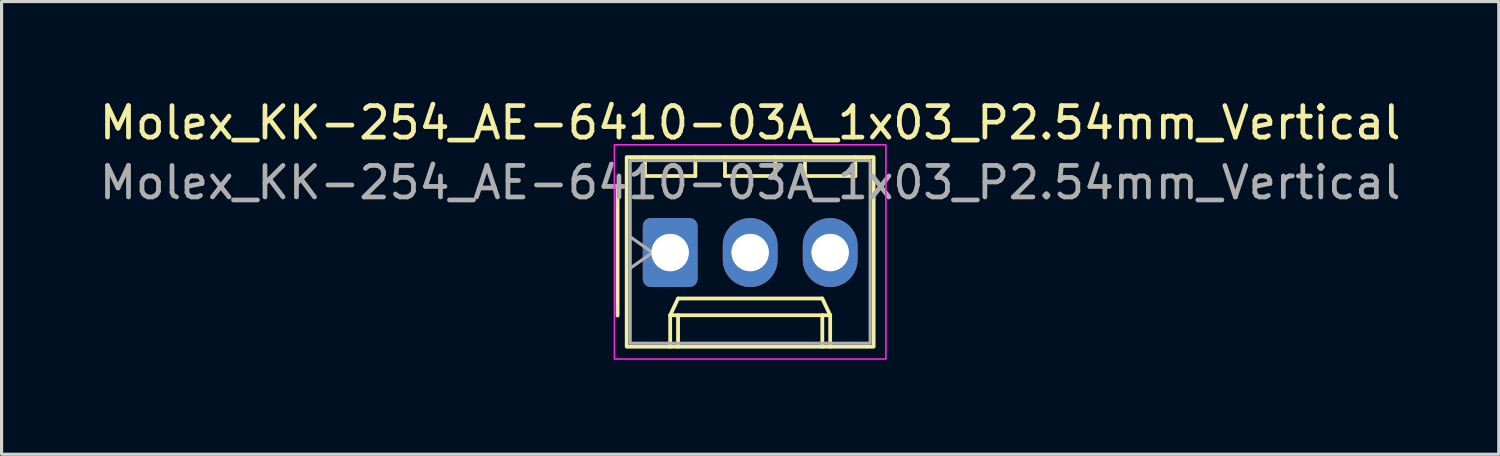
<source format=kicad_pcb>
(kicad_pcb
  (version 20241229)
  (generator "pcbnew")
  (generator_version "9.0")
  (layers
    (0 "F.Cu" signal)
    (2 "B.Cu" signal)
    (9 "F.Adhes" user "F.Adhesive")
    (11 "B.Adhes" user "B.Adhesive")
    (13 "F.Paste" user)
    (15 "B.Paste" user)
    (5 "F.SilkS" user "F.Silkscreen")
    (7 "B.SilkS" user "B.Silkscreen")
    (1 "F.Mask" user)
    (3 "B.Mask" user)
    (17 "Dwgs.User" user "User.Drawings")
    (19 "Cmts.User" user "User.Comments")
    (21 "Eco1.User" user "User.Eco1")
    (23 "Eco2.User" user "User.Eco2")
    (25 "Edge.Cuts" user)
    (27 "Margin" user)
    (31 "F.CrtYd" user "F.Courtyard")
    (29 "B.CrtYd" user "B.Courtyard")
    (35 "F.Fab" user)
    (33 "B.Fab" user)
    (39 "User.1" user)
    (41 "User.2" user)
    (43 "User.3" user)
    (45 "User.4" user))
  (footprint "Molex_KK-254_AE-6410-03A_1x03_P2.54mm_Vertical"
    (layer "F.Cu")
    (at 18.228 4.968)
    (property "Reference" "Molex_KK-254_AE-6410-03A_1x03_P2.54mm_Vertical" (at 2.54 -4.12 0) (layer "F.SilkS") (effects (font (size 1 1) (thickness 0.15))))
    (attr through_hole)
    (fp_line (start -1.67 -2) (end -1.67 2) (stroke (width 0.12) (type solid)) (layer "F.SilkS"))
    (fp_line (start -0.8 -3.03) (end -0.8 -2.43) (stroke (width 0.12) (type solid)) (layer "F.SilkS"))
    (fp_line (start -0.8 -2.43) (end 0.8 -2.43) (stroke (width 0.12) (type solid)) (layer "F.SilkS"))
    (fp_line (start 0 1.99) (end 0.25 1.46) (stroke (width 0.12) (type solid)) (layer "F.SilkS"))
    (fp_line (start 0 1.99) (end 5.08 1.99) (stroke (width 0.12) (type solid)) (layer "F.SilkS"))
    (fp_line (start 0 2.99) (end 0 1.99) (stroke (width 0.12) (type solid)) (layer "F.SilkS"))
    (fp_line (start 0.25 1.46) (end 4.83 1.46) (stroke (width 0.12) (type solid)) (layer "F.SilkS"))
    (fp_line (start 0.25 2.99) (end 0.25 1.99) (stroke (width 0.12) (type solid)) (layer "F.SilkS"))
    (fp_line (start 0.8 -2.43) (end 0.8 -3.03) (stroke (width 0.12) (type solid)) (layer "F.SilkS"))
    (fp_line (start 1.74 -3.03) (end 1.74 -2.43) (stroke (width 0.12) (type solid)) (layer "F.SilkS"))
    (fp_line (start 1.74 -2.43) (end 3.34 -2.43) (stroke (width 0.12) (type solid)) (layer "F.SilkS"))
    (fp_line (start 3.34 -2.43) (end 3.34 -3.03) (stroke (width 0.12) (type solid)) (layer "F.SilkS"))
    (fp_line (start 4.28 -3.03) (end 4.28 -2.43) (stroke (width 0.12) (type solid)) (layer "F.SilkS"))
    (fp_line (start 4.28 -2.43) (end 5.88 -2.43) (stroke (width 0.12) (type solid)) (layer "F.SilkS"))
    (fp_line (start 4.83 1.46) (end 5.08 1.99) (stroke (width 0.12) (type solid)) (layer "F.SilkS"))
    (fp_line (start 4.83 2.99) (end 4.83 1.99) (stroke (width 0.12) (type solid)) (layer "F.SilkS"))
    (fp_line (start 5.08 1.99) (end 5.08 2.99) (stroke (width 0.12) (type solid)) (layer "F.SilkS"))
    (fp_line (start 5.88 -2.43) (end 5.88 -3.03) (stroke (width 0.12) (type solid)) (layer "F.SilkS"))
    (fp_rect (start -1.38 -3.03) (end 6.46 2.99) (stroke (width 0.12) (type solid)) (fill no) (layer "F.SilkS"))
    (fp_rect (start -1.77 -3.42) (end 6.85 3.38) (stroke (width 0.05) (type solid)) (fill no) (layer "F.CrtYd"))
    (fp_line (start -1.27 -0.5) (end -0.563 0) (stroke (width 0.1) (type solid)) (layer "F.Fab"))
    (fp_line (start -0.563 0) (end -1.27 0.5) (stroke (width 0.1) (type solid)) (layer "F.Fab"))
    (fp_rect (start -1.27 -2.92) (end 6.35 2.88) (stroke (width 0.1) (type solid)) (fill no) (layer "F.Fab"))
    (fp_text user "${REFERENCE}" (at 2.54 -2.22 0) (layer "F.Fab") (effects (font (size 1 1) (thickness 0.15))))
    (pad "1" thru_hole roundrect (at 0 0) (size 1.74 2.19) (drill 1.19) (layers "*.Cu" "*.Mask") (roundrect_rratio 0.144))
    (pad "2" thru_hole oval (at 2.54 0) (size 1.74 2.19) (drill 1.19) (layers "*.Cu" "*.Mask"))
    (pad "3" thru_hole oval (at 5.08 0) (size 1.74 2.19) (drill 1.19) (layers "*.Cu" "*.Mask")))
  (gr_rect
    (start -3 -3)
    (end 44.536 11.373)
    (stroke (width 0.1) (type default))
    (fill no)
    (layer "Edge.Cuts")))
</source>
